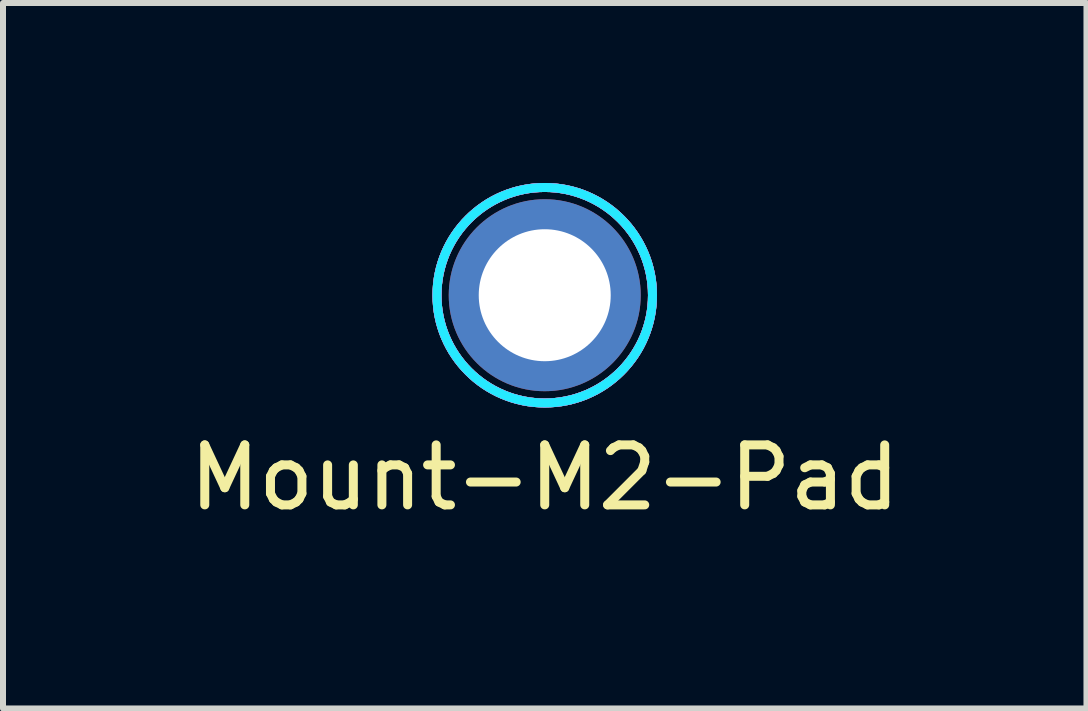
<source format=kicad_pcb>
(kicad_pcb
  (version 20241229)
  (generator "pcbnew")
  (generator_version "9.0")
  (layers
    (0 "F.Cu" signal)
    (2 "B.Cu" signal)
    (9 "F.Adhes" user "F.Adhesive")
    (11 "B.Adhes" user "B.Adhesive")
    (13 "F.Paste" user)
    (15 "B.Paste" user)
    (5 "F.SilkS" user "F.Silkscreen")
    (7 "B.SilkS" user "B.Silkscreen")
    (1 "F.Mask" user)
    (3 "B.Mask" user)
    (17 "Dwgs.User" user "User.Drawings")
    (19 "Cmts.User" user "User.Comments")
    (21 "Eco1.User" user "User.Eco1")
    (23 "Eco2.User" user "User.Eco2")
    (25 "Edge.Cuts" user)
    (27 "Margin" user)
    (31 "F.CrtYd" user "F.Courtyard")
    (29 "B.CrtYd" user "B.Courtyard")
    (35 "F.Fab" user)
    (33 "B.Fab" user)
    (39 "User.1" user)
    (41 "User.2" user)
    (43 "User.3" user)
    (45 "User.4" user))
  (footprint "Mount-M2-Pad"
    (layer "F.Cu")
    (at 6.03 1.871)
    (property "Reference" "Mount-M2-Pad" (at 0 3.04 0) (layer "F.SilkS") (effects (font (size 1 1) (thickness 0.15))))
    (attr through_hole)
    (fp_circle (center 0 0) (end 1.27 -1.27) (stroke (width 0.15) (type solid)) (fill no) (layer "F.SilkS"))
    (fp_circle (center 0 0) (end 1.27 -1.27) (stroke (width 0.15) (type solid)) (fill no) (layer "B.SilkS"))
    (fp_circle (center 0 0) (end 1.27 -1.27) (stroke (width 0.15) (type solid)) (fill no) (layer "B.CrtYd"))
    (fp_circle (center 0 0) (end 1.27 -1.27) (stroke (width 0.15) (type solid)) (fill no) (layer "F.CrtYd"))
    (pad "GND" thru_hole circle (at 0 0) (size 3.2 3.2) (drill 2.2) (layers "*.Cu" "*.Mask")))
  (gr_rect
    (start -3 -3)
    (end 15.06 8.759)
    (stroke (width 0.1) (type default))
    (fill no)
    (layer "Edge.Cuts")))
</source>
